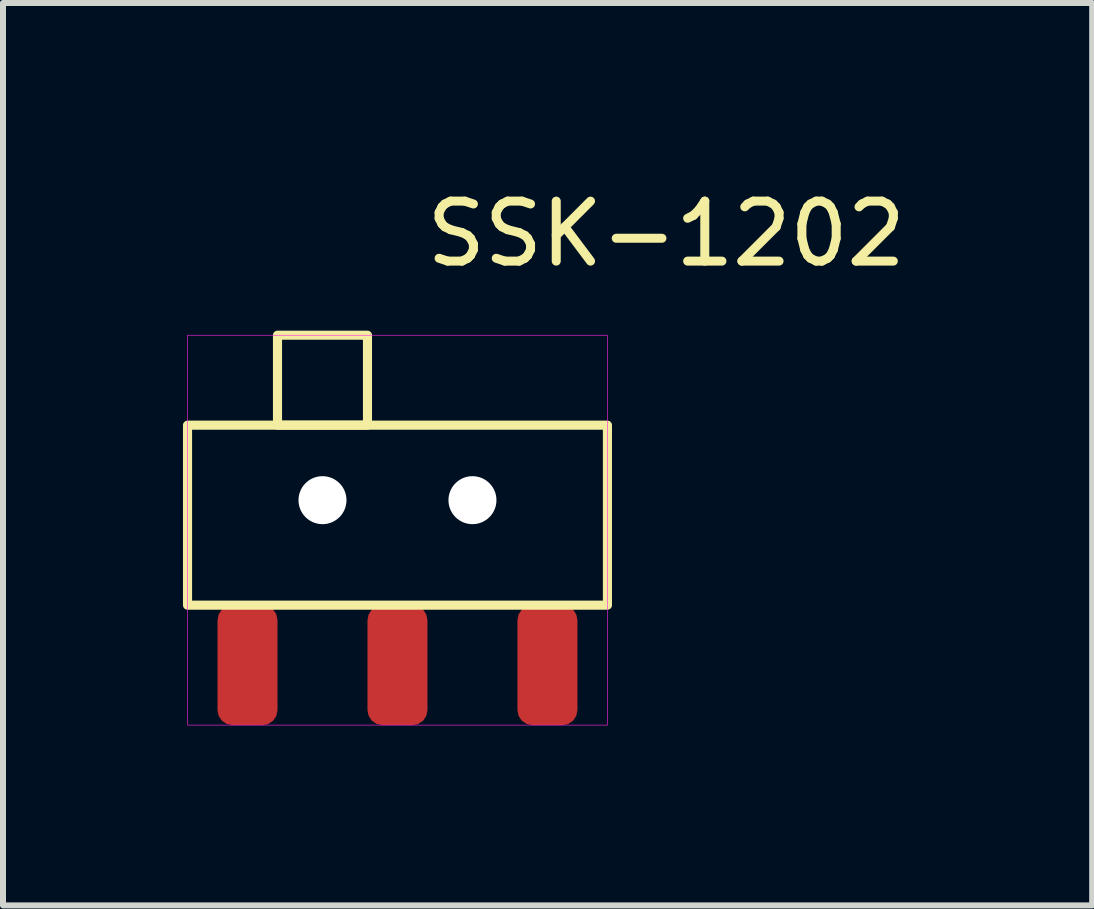
<source format=kicad_pcb>
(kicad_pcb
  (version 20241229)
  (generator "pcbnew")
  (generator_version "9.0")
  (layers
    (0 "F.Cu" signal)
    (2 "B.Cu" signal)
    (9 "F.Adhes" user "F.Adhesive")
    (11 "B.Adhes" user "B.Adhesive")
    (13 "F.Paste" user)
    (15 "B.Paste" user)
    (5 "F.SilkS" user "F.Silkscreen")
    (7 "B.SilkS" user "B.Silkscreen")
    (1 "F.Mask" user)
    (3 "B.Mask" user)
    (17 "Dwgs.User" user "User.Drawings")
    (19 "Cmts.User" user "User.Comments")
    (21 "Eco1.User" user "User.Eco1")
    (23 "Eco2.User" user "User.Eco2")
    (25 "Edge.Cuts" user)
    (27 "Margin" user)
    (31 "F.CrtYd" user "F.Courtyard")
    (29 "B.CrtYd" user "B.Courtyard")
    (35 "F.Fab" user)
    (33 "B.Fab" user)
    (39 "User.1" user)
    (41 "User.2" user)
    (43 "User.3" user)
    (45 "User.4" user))
  (footprint "SSK-1202"
    (layer "F.Cu")
    (at 3.576 8.038)
    (property "Reference" "SSK-1202" (at 4.48 -7.19 0) (unlocked yes) (layer "F.SilkS") (effects (font (size 1 1) (thickness 0.15))))
    (attr smd)
    (fp_rect (start -3.5 -1) (end 3.5 -4) (stroke (width 0.152) (type solid)) (fill no) (layer "F.SilkS"))
    (fp_rect (start -2 -5.5) (end -0.5 -4) (stroke (width 0.152) (type solid)) (fill no) (layer "F.SilkS"))
    (fp_rect (start -3.5 -5.5) (end 3.5 1) (stroke (width 0.01) (type solid)) (fill no) (layer "F.CrtYd"))
    (pad "" np_thru_hole circle (at -1.25 -2.75) (size 0.8 0.8) (drill 0.8) (layers "*.Cu" "*.Mask"))
    (pad "" np_thru_hole circle (at 1.25 -2.75) (size 0.8 0.8) (drill 0.8) (layers "*.Cu" "*.Mask"))
    (pad "1" smd roundrect (at -2.5 0) (size 1 2) (layers "F.Cu" "F.Mask" "F.Paste") (roundrect_rratio 0.25))
    (pad "2" smd roundrect (at 0 0) (size 1 2) (layers "F.Cu" "F.Mask" "F.Paste") (roundrect_rratio 0.25))
    (pad "3" smd roundrect (at 2.5 0) (size 1 2) (layers "F.Cu" "F.Mask" "F.Paste") (roundrect_rratio 0.25)))
  (gr_rect
    (start -3 -3)
    (end 15.157 12.043)
    (stroke (width 0.1) (type default))
    (fill no)
    (layer "Edge.Cuts")))
</source>
